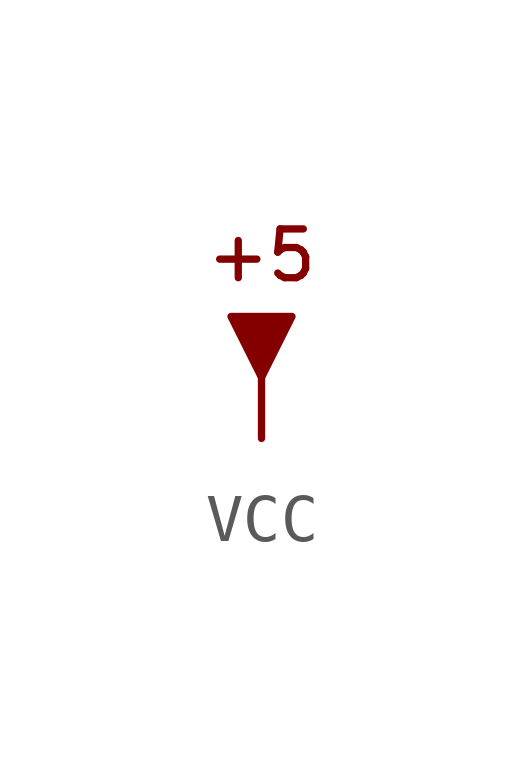
<source format=kicad_sym>
(kicad_symbol_lib
  (version 20211014)
  (generator kicad_symbol_editor)
  (symbol "VCC"
    (power)
    (pin_numbers hide)
    (pin_names
      (offset 0) hide)
    (property "Reference" "#PWR"
      (at 0 -1.27 0)
      (effects (font (size 1.524 1.524)) hide))
    (symbol "VCC_0_0"
      (text "+5" (at 0 3.81 0) (effects (font (size 1.016 1.016)))))
    (symbol "VCC_0_1"
      (polyline (pts (xy 0 1.27) (xy 0.635 2.54) (xy -0.635 2.54) (xy 0 1.27)) (stroke (width 0) (type default) (color 0 0 0 0)) (fill (type outline))))
    (symbol "VCC_1_1"
      (pin power_in line (at 0 0 90) (length 1.27) (name "~" (effects (font (size 1.27 1.27)))) (number "~" (effects (font (size 1.27 1.27))))))))
</source>
